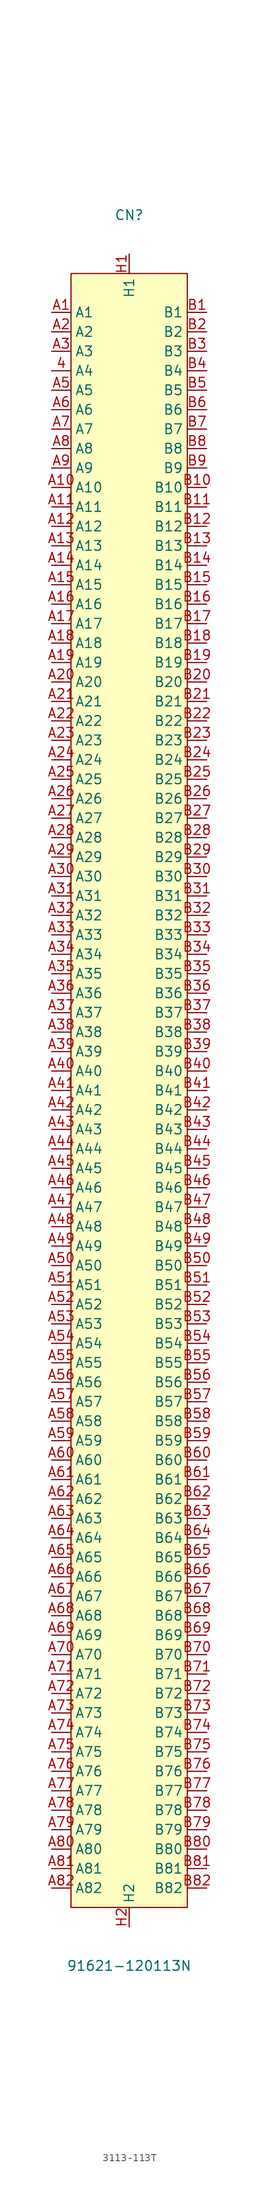
<source format=kicad_sym>
(kicad_symbol_lib
  (version 20231120)
  (generator "kicad_symbol_editor")
  (generator_version "8.0")
  (symbol "3113-113T"
    (property "Reference" "CN"
      (at 0 114.3 0)
      (effects (font (size 1.27 1.27))))
    (property "Value" "91621-120113N"
      (at 0 -114.3 0)
      (effects (font (size 1.27 1.27))))
    (symbol "3113-113T_0_1"
      (rectangle (start -7.62 106.68) (end 7.62 -106.68) (stroke (width 0) (type default)) (fill (type background)))
      (pin unspecified line (at -10.16 93.98 0) (length 2.54) (name "A4" (effects (font (size 1.27 1.27)))) (number "4" (effects (font (size 1.27 1.27)))))
      (pin unspecified line (at -10.16 101.6 0) (length 2.54) (name "A1" (effects (font (size 1.27 1.27)))) (number "A1" (effects (font (size 1.27 1.27)))))
      (pin unspecified line (at -10.16 78.74 0) (length 2.54) (name "A10" (effects (font (size 1.27 1.27)))) (number "A10" (effects (font (size 1.27 1.27)))))
      (pin unspecified line (at -10.16 76.2 0) (length 2.54) (name "A11" (effects (font (size 1.27 1.27)))) (number "A11" (effects (font (size 1.27 1.27)))))
      (pin unspecified line (at -10.16 73.66 0) (length 2.54) (name "A12" (effects (font (size 1.27 1.27)))) (number "A12" (effects (font (size 1.27 1.27)))))
      (pin unspecified line (at -10.16 71.12 0) (length 2.54) (name "A13" (effects (font (size 1.27 1.27)))) (number "A13" (effects (font (size 1.27 1.27)))))
      (pin unspecified line (at -10.16 68.58 0) (length 2.54) (name "A14" (effects (font (size 1.27 1.27)))) (number "A14" (effects (font (size 1.27 1.27)))))
      (pin unspecified line (at -10.16 66.04 0) (length 2.54) (name "A15" (effects (font (size 1.27 1.27)))) (number "A15" (effects (font (size 1.27 1.27)))))
      (pin unspecified line (at -10.16 63.5 0) (length 2.54) (name "A16" (effects (font (size 1.27 1.27)))) (number "A16" (effects (font (size 1.27 1.27)))))
      (pin unspecified line (at -10.16 60.96 0) (length 2.54) (name "A17" (effects (font (size 1.27 1.27)))) (number "A17" (effects (font (size 1.27 1.27)))))
      (pin unspecified line (at -10.16 58.42 0) (length 2.54) (name "A18" (effects (font (size 1.27 1.27)))) (number "A18" (effects (font (size 1.27 1.27)))))
      (pin unspecified line (at -10.16 55.88 0) (length 2.54) (name "A19" (effects (font (size 1.27 1.27)))) (number "A19" (effects (font (size 1.27 1.27)))))
      (pin unspecified line (at -10.16 99.06 0) (length 2.54) (name "A2" (effects (font (size 1.27 1.27)))) (number "A2" (effects (font (size 1.27 1.27)))))
      (pin unspecified line (at -10.16 53.34 0) (length 2.54) (name "A20" (effects (font (size 1.27 1.27)))) (number "A20" (effects (font (size 1.27 1.27)))))
      (pin unspecified line (at -10.16 50.8 0) (length 2.54) (name "A21" (effects (font (size 1.27 1.27)))) (number "A21" (effects (font (size 1.27 1.27)))))
      (pin unspecified line (at -10.16 48.26 0) (length 2.54) (name "A22" (effects (font (size 1.27 1.27)))) (number "A22" (effects (font (size 1.27 1.27)))))
      (pin unspecified line (at -10.16 45.72 0) (length 2.54) (name "A23" (effects (font (size 1.27 1.27)))) (number "A23" (effects (font (size 1.27 1.27)))))
      (pin unspecified line (at -10.16 43.18 0) (length 2.54) (name "A24" (effects (font (size 1.27 1.27)))) (number "A24" (effects (font (size 1.27 1.27)))))
      (pin unspecified line (at -10.16 40.64 0) (length 2.54) (name "A25" (effects (font (size 1.27 1.27)))) (number "A25" (effects (font (size 1.27 1.27)))))
      (pin unspecified line (at -10.16 38.1 0) (length 2.54) (name "A26" (effects (font (size 1.27 1.27)))) (number "A26" (effects (font (size 1.27 1.27)))))
      (pin unspecified line (at -10.16 35.56 0) (length 2.54) (name "A27" (effects (font (size 1.27 1.27)))) (number "A27" (effects (font (size 1.27 1.27)))))
      (pin unspecified line (at -10.16 33.02 0) (length 2.54) (name "A28" (effects (font (size 1.27 1.27)))) (number "A28" (effects (font (size 1.27 1.27)))))
      (pin unspecified line (at -10.16 30.48 0) (length 2.54) (name "A29" (effects (font (size 1.27 1.27)))) (number "A29" (effects (font (size 1.27 1.27)))))
      (pin unspecified line (at -10.16 96.52 0) (length 2.54) (name "A3" (effects (font (size 1.27 1.27)))) (number "A3" (effects (font (size 1.27 1.27)))))
      (pin unspecified line (at -10.16 27.94 0) (length 2.54) (name "A30" (effects (font (size 1.27 1.27)))) (number "A30" (effects (font (size 1.27 1.27)))))
      (pin unspecified line (at -10.16 25.4 0) (length 2.54) (name "A31" (effects (font (size 1.27 1.27)))) (number "A31" (effects (font (size 1.27 1.27)))))
      (pin unspecified line (at -10.16 22.86 0) (length 2.54) (name "A32" (effects (font (size 1.27 1.27)))) (number "A32" (effects (font (size 1.27 1.27)))))
      (pin unspecified line (at -10.16 20.32 0) (length 2.54) (name "A33" (effects (font (size 1.27 1.27)))) (number "A33" (effects (font (size 1.27 1.27)))))
      (pin unspecified line (at -10.16 17.78 0) (length 2.54) (name "A34" (effects (font (size 1.27 1.27)))) (number "A34" (effects (font (size 1.27 1.27)))))
      (pin unspecified line (at -10.16 15.24 0) (length 2.54) (name "A35" (effects (font (size 1.27 1.27)))) (number "A35" (effects (font (size 1.27 1.27)))))
      (pin unspecified line (at -10.16 12.7 0) (length 2.54) (name "A36" (effects (font (size 1.27 1.27)))) (number "A36" (effects (font (size 1.27 1.27)))))
      (pin unspecified line (at -10.16 10.16 0) (length 2.54) (name "A37" (effects (font (size 1.27 1.27)))) (number "A37" (effects (font (size 1.27 1.27)))))
      (pin unspecified line (at -10.16 7.62 0) (length 2.54) (name "A38" (effects (font (size 1.27 1.27)))) (number "A38" (effects (font (size 1.27 1.27)))))
      (pin unspecified line (at -10.16 5.08 0) (length 2.54) (name "A39" (effects (font (size 1.27 1.27)))) (number "A39" (effects (font (size 1.27 1.27)))))
      (pin unspecified line (at -10.16 2.54 0) (length 2.54) (name "A40" (effects (font (size 1.27 1.27)))) (number "A40" (effects (font (size 1.27 1.27)))))
      (pin unspecified line (at -10.16 0 0) (length 2.54) (name "A41" (effects (font (size 1.27 1.27)))) (number "A41" (effects (font (size 1.27 1.27)))))
      (pin unspecified line (at -10.16 -2.54 0) (length 2.54) (name "A42" (effects (font (size 1.27 1.27)))) (number "A42" (effects (font (size 1.27 1.27)))))
      (pin unspecified line (at -10.16 -5.08 0) (length 2.54) (name "A43" (effects (font (size 1.27 1.27)))) (number "A43" (effects (font (size 1.27 1.27)))))
      (pin unspecified line (at -10.16 -7.62 0) (length 2.54) (name "A44" (effects (font (size 1.27 1.27)))) (number "A44" (effects (font (size 1.27 1.27)))))
      (pin unspecified line (at -10.16 -10.16 0) (length 2.54) (name "A45" (effects (font (size 1.27 1.27)))) (number "A45" (effects (font (size 1.27 1.27)))))
      (pin unspecified line (at -10.16 -12.7 0) (length 2.54) (name "A46" (effects (font (size 1.27 1.27)))) (number "A46" (effects (font (size 1.27 1.27)))))
      (pin unspecified line (at -10.16 -15.24 0) (length 2.54) (name "A47" (effects (font (size 1.27 1.27)))) (number "A47" (effects (font (size 1.27 1.27)))))
      (pin unspecified line (at -10.16 -17.78 0) (length 2.54) (name "A48" (effects (font (size 1.27 1.27)))) (number "A48" (effects (font (size 1.27 1.27)))))
      (pin unspecified line (at -10.16 -20.32 0) (length 2.54) (name "A49" (effects (font (size 1.27 1.27)))) (number "A49" (effects (font (size 1.27 1.27)))))
      (pin unspecified line (at -10.16 91.44 0) (length 2.54) (name "A5" (effects (font (size 1.27 1.27)))) (number "A5" (effects (font (size 1.27 1.27)))))
      (pin unspecified line (at -10.16 -22.86 0) (length 2.54) (name "A50" (effects (font (size 1.27 1.27)))) (number "A50" (effects (font (size 1.27 1.27)))))
      (pin unspecified line (at -10.16 -25.4 0) (length 2.54) (name "A51" (effects (font (size 1.27 1.27)))) (number "A51" (effects (font (size 1.27 1.27)))))
      (pin unspecified line (at -10.16 -27.94 0) (length 2.54) (name "A52" (effects (font (size 1.27 1.27)))) (number "A52" (effects (font (size 1.27 1.27)))))
      (pin unspecified line (at -10.16 -30.48 0) (length 2.54) (name "A53" (effects (font (size 1.27 1.27)))) (number "A53" (effects (font (size 1.27 1.27)))))
      (pin unspecified line (at -10.16 -33.02 0) (length 2.54) (name "A54" (effects (font (size 1.27 1.27)))) (number "A54" (effects (font (size 1.27 1.27)))))
      (pin unspecified line (at -10.16 -35.56 0) (length 2.54) (name "A55" (effects (font (size 1.27 1.27)))) (number "A55" (effects (font (size 1.27 1.27)))))
      (pin unspecified line (at -10.16 -38.1 0) (length 2.54) (name "A56" (effects (font (size 1.27 1.27)))) (number "A56" (effects (font (size 1.27 1.27)))))
      (pin unspecified line (at -10.16 -40.64 0) (length 2.54) (name "A57" (effects (font (size 1.27 1.27)))) (number "A57" (effects (font (size 1.27 1.27)))))
      (pin unspecified line (at -10.16 -43.18 0) (length 2.54) (name "A58" (effects (font (size 1.27 1.27)))) (number "A58" (effects (font (size 1.27 1.27)))))
      (pin unspecified line (at -10.16 -45.72 0) (length 2.54) (name "A59" (effects (font (size 1.27 1.27)))) (number "A59" (effects (font (size 1.27 1.27)))))
      (pin unspecified line (at -10.16 88.9 0) (length 2.54) (name "A6" (effects (font (size 1.27 1.27)))) (number "A6" (effects (font (size 1.27 1.27)))))
      (pin unspecified line (at -10.16 -48.26 0) (length 2.54) (name "A60" (effects (font (size 1.27 1.27)))) (number "A60" (effects (font (size 1.27 1.27)))))
      (pin unspecified line (at -10.16 -50.8 0) (length 2.54) (name "A61" (effects (font (size 1.27 1.27)))) (number "A61" (effects (font (size 1.27 1.27)))))
      (pin unspecified line (at -10.16 -53.34 0) (length 2.54) (name "A62" (effects (font (size 1.27 1.27)))) (number "A62" (effects (font (size 1.27 1.27)))))
      (pin unspecified line (at -10.16 -55.88 0) (length 2.54) (name "A63" (effects (font (size 1.27 1.27)))) (number "A63" (effects (font (size 1.27 1.27)))))
      (pin unspecified line (at -10.16 -58.42 0) (length 2.54) (name "A64" (effects (font (size 1.27 1.27)))) (number "A64" (effects (font (size 1.27 1.27)))))
      (pin unspecified line (at -10.16 -60.96 0) (length 2.54) (name "A65" (effects (font (size 1.27 1.27)))) (number "A65" (effects (font (size 1.27 1.27)))))
      (pin unspecified line (at -10.16 -63.5 0) (length 2.54) (name "A66" (effects (font (size 1.27 1.27)))) (number "A66" (effects (font (size 1.27 1.27)))))
      (pin unspecified line (at -10.16 -66.04 0) (length 2.54) (name "A67" (effects (font (size 1.27 1.27)))) (number "A67" (effects (font (size 1.27 1.27)))))
      (pin unspecified line (at -10.16 -68.58 0) (length 2.54) (name "A68" (effects (font (size 1.27 1.27)))) (number "A68" (effects (font (size 1.27 1.27)))))
      (pin unspecified line (at -10.16 -71.12 0) (length 2.54) (name "A69" (effects (font (size 1.27 1.27)))) (number "A69" (effects (font (size 1.27 1.27)))))
      (pin unspecified line (at -10.16 86.36 0) (length 2.54) (name "A7" (effects (font (size 1.27 1.27)))) (number "A7" (effects (font (size 1.27 1.27)))))
      (pin unspecified line (at -10.16 -73.66 0) (length 2.54) (name "A70" (effects (font (size 1.27 1.27)))) (number "A70" (effects (font (size 1.27 1.27)))))
      (pin unspecified line (at -10.16 -76.2 0) (length 2.54) (name "A71" (effects (font (size 1.27 1.27)))) (number "A71" (effects (font (size 1.27 1.27)))))
      (pin unspecified line (at -10.16 -78.74 0) (length 2.54) (name "A72" (effects (font (size 1.27 1.27)))) (number "A72" (effects (font (size 1.27 1.27)))))
      (pin unspecified line (at -10.16 -81.28 0) (length 2.54) (name "A73" (effects (font (size 1.27 1.27)))) (number "A73" (effects (font (size 1.27 1.27)))))
      (pin unspecified line (at -10.16 -83.82 0) (length 2.54) (name "A74" (effects (font (size 1.27 1.27)))) (number "A74" (effects (font (size 1.27 1.27)))))
      (pin unspecified line (at -10.16 -86.36 0) (length 2.54) (name "A75" (effects (font (size 1.27 1.27)))) (number "A75" (effects (font (size 1.27 1.27)))))
      (pin unspecified line (at -10.16 -88.9 0) (length 2.54) (name "A76" (effects (font (size 1.27 1.27)))) (number "A76" (effects (font (size 1.27 1.27)))))
      (pin unspecified line (at -10.16 -91.44 0) (length 2.54) (name "A77" (effects (font (size 1.27 1.27)))) (number "A77" (effects (font (size 1.27 1.27)))))
      (pin unspecified line (at -10.16 -93.98 0) (length 2.54) (name "A78" (effects (font (size 1.27 1.27)))) (number "A78" (effects (font (size 1.27 1.27)))))
      (pin unspecified line (at -10.16 -96.52 0) (length 2.54) (name "A79" (effects (font (size 1.27 1.27)))) (number "A79" (effects (font (size 1.27 1.27)))))
      (pin unspecified line (at -10.16 83.82 0) (length 2.54) (name "A8" (effects (font (size 1.27 1.27)))) (number "A8" (effects (font (size 1.27 1.27)))))
      (pin unspecified line (at -10.16 -99.06 0) (length 2.54) (name "A80" (effects (font (size 1.27 1.27)))) (number "A80" (effects (font (size 1.27 1.27)))))
      (pin unspecified line (at -10.16 -101.6 0) (length 2.54) (name "A81" (effects (font (size 1.27 1.27)))) (number "A81" (effects (font (size 1.27 1.27)))))
      (pin unspecified line (at -10.16 -104.14 0) (length 2.54) (name "A82" (effects (font (size 1.27 1.27)))) (number "A82" (effects (font (size 1.27 1.27)))))
      (pin unspecified line (at -10.16 81.28 0) (length 2.54) (name "A9" (effects (font (size 1.27 1.27)))) (number "A9" (effects (font (size 1.27 1.27)))))
      (pin unspecified line (at 10.16 101.6 180) (length 2.54) (name "B1" (effects (font (size 1.27 1.27)))) (number "B1" (effects (font (size 1.27 1.27)))))
      (pin unspecified line (at 10.16 78.74 180) (length 2.54) (name "B10" (effects (font (size 1.27 1.27)))) (number "B10" (effects (font (size 1.27 1.27)))))
      (pin unspecified line (at 10.16 76.2 180) (length 2.54) (name "B11" (effects (font (size 1.27 1.27)))) (number "B11" (effects (font (size 1.27 1.27)))))
      (pin unspecified line (at 10.16 73.66 180) (length 2.54) (name "B12" (effects (font (size 1.27 1.27)))) (number "B12" (effects (font (size 1.27 1.27)))))
      (pin unspecified line (at 10.16 71.12 180) (length 2.54) (name "B13" (effects (font (size 1.27 1.27)))) (number "B13" (effects (font (size 1.27 1.27)))))
      (pin unspecified line (at 10.16 68.58 180) (length 2.54) (name "B14" (effects (font (size 1.27 1.27)))) (number "B14" (effects (font (size 1.27 1.27)))))
      (pin unspecified line (at 10.16 66.04 180) (length 2.54) (name "B15" (effects (font (size 1.27 1.27)))) (number "B15" (effects (font (size 1.27 1.27)))))
      (pin unspecified line (at 10.16 63.5 180) (length 2.54) (name "B16" (effects (font (size 1.27 1.27)))) (number "B16" (effects (font (size 1.27 1.27)))))
      (pin unspecified line (at 10.16 60.96 180) (length 2.54) (name "B17" (effects (font (size 1.27 1.27)))) (number "B17" (effects (font (size 1.27 1.27)))))
      (pin unspecified line (at 10.16 58.42 180) (length 2.54) (name "B18" (effects (font (size 1.27 1.27)))) (number "B18" (effects (font (size 1.27 1.27)))))
      (pin unspecified line (at 10.16 55.88 180) (length 2.54) (name "B19" (effects (font (size 1.27 1.27)))) (number "B19" (effects (font (size 1.27 1.27)))))
      (pin unspecified line (at 10.16 99.06 180) (length 2.54) (name "B2" (effects (font (size 1.27 1.27)))) (number "B2" (effects (font (size 1.27 1.27)))))
      (pin unspecified line (at 10.16 53.34 180) (length 2.54) (name "B20" (effects (font (size 1.27 1.27)))) (number "B20" (effects (font (size 1.27 1.27)))))
      (pin unspecified line (at 10.16 50.8 180) (length 2.54) (name "B21" (effects (font (size 1.27 1.27)))) (number "B21" (effects (font (size 1.27 1.27)))))
      (pin unspecified line (at 10.16 48.26 180) (length 2.54) (name "B22" (effects (font (size 1.27 1.27)))) (number "B22" (effects (font (size 1.27 1.27)))))
      (pin unspecified line (at 10.16 45.72 180) (length 2.54) (name "B23" (effects (font (size 1.27 1.27)))) (number "B23" (effects (font (size 1.27 1.27)))))
      (pin unspecified line (at 10.16 43.18 180) (length 2.54) (name "B24" (effects (font (size 1.27 1.27)))) (number "B24" (effects (font (size 1.27 1.27)))))
      (pin unspecified line (at 10.16 40.64 180) (length 2.54) (name "B25" (effects (font (size 1.27 1.27)))) (number "B25" (effects (font (size 1.27 1.27)))))
      (pin unspecified line (at 10.16 38.1 180) (length 2.54) (name "B26" (effects (font (size 1.27 1.27)))) (number "B26" (effects (font (size 1.27 1.27)))))
      (pin unspecified line (at 10.16 35.56 180) (length 2.54) (name "B27" (effects (font (size 1.27 1.27)))) (number "B27" (effects (font (size 1.27 1.27)))))
      (pin unspecified line (at 10.16 33.02 180) (length 2.54) (name "B28" (effects (font (size 1.27 1.27)))) (number "B28" (effects (font (size 1.27 1.27)))))
      (pin unspecified line (at 10.16 30.48 180) (length 2.54) (name "B29" (effects (font (size 1.27 1.27)))) (number "B29" (effects (font (size 1.27 1.27)))))
      (pin unspecified line (at 10.16 96.52 180) (length 2.54) (name "B3" (effects (font (size 1.27 1.27)))) (number "B3" (effects (font (size 1.27 1.27)))))
      (pin unspecified line (at 10.16 27.94 180) (length 2.54) (name "B30" (effects (font (size 1.27 1.27)))) (number "B30" (effects (font (size 1.27 1.27)))))
      (pin unspecified line (at 10.16 25.4 180) (length 2.54) (name "B31" (effects (font (size 1.27 1.27)))) (number "B31" (effects (font (size 1.27 1.27)))))
      (pin unspecified line (at 10.16 22.86 180) (length 2.54) (name "B32" (effects (font (size 1.27 1.27)))) (number "B32" (effects (font (size 1.27 1.27)))))
      (pin unspecified line (at 10.16 20.32 180) (length 2.54) (name "B33" (effects (font (size 1.27 1.27)))) (number "B33" (effects (font (size 1.27 1.27)))))
      (pin unspecified line (at 10.16 17.78 180) (length 2.54) (name "B34" (effects (font (size 1.27 1.27)))) (number "B34" (effects (font (size 1.27 1.27)))))
      (pin unspecified line (at 10.16 15.24 180) (length 2.54) (name "B35" (effects (font (size 1.27 1.27)))) (number "B35" (effects (font (size 1.27 1.27)))))
      (pin unspecified line (at 10.16 12.7 180) (length 2.54) (name "B36" (effects (font (size 1.27 1.27)))) (number "B36" (effects (font (size 1.27 1.27)))))
      (pin unspecified line (at 10.16 10.16 180) (length 2.54) (name "B37" (effects (font (size 1.27 1.27)))) (number "B37" (effects (font (size 1.27 1.27)))))
      (pin unspecified line (at 10.16 7.62 180) (length 2.54) (name "B38" (effects (font (size 1.27 1.27)))) (number "B38" (effects (font (size 1.27 1.27)))))
      (pin unspecified line (at 10.16 5.08 180) (length 2.54) (name "B39" (effects (font (size 1.27 1.27)))) (number "B39" (effects (font (size 1.27 1.27)))))
      (pin unspecified line (at 10.16 93.98 180) (length 2.54) (name "B4" (effects (font (size 1.27 1.27)))) (number "B4" (effects (font (size 1.27 1.27)))))
      (pin unspecified line (at 10.16 2.54 180) (length 2.54) (name "B40" (effects (font (size 1.27 1.27)))) (number "B40" (effects (font (size 1.27 1.27)))))
      (pin unspecified line (at 10.16 0 180) (length 2.54) (name "B41" (effects (font (size 1.27 1.27)))) (number "B41" (effects (font (size 1.27 1.27)))))
      (pin unspecified line (at 10.16 -2.54 180) (length 2.54) (name "B42" (effects (font (size 1.27 1.27)))) (number "B42" (effects (font (size 1.27 1.27)))))
      (pin unspecified line (at 10.16 -5.08 180) (length 2.54) (name "B43" (effects (font (size 1.27 1.27)))) (number "B43" (effects (font (size 1.27 1.27)))))
      (pin unspecified line (at 10.16 -7.62 180) (length 2.54) (name "B44" (effects (font (size 1.27 1.27)))) (number "B44" (effects (font (size 1.27 1.27)))))
      (pin unspecified line (at 10.16 -10.16 180) (length 2.54) (name "B45" (effects (font (size 1.27 1.27)))) (number "B45" (effects (font (size 1.27 1.27)))))
      (pin unspecified line (at 10.16 -12.7 180) (length 2.54) (name "B46" (effects (font (size 1.27 1.27)))) (number "B46" (effects (font (size 1.27 1.27)))))
      (pin unspecified line (at 10.16 -15.24 180) (length 2.54) (name "B47" (effects (font (size 1.27 1.27)))) (number "B47" (effects (font (size 1.27 1.27)))))
      (pin unspecified line (at 10.16 -17.78 180) (length 2.54) (name "B48" (effects (font (size 1.27 1.27)))) (number "B48" (effects (font (size 1.27 1.27)))))
      (pin unspecified line (at 10.16 -20.32 180) (length 2.54) (name "B49" (effects (font (size 1.27 1.27)))) (number "B49" (effects (font (size 1.27 1.27)))))
      (pin unspecified line (at 10.16 91.44 180) (length 2.54) (name "B5" (effects (font (size 1.27 1.27)))) (number "B5" (effects (font (size 1.27 1.27)))))
      (pin unspecified line (at 10.16 -22.86 180) (length 2.54) (name "B50" (effects (font (size 1.27 1.27)))) (number "B50" (effects (font (size 1.27 1.27)))))
      (pin unspecified line (at 10.16 -25.4 180) (length 2.54) (name "B51" (effects (font (size 1.27 1.27)))) (number "B51" (effects (font (size 1.27 1.27)))))
      (pin unspecified line (at 10.16 -27.94 180) (length 2.54) (name "B52" (effects (font (size 1.27 1.27)))) (number "B52" (effects (font (size 1.27 1.27)))))
      (pin unspecified line (at 10.16 -30.48 180) (length 2.54) (name "B53" (effects (font (size 1.27 1.27)))) (number "B53" (effects (font (size 1.27 1.27)))))
      (pin unspecified line (at 10.16 -33.02 180) (length 2.54) (name "B54" (effects (font (size 1.27 1.27)))) (number "B54" (effects (font (size 1.27 1.27)))))
      (pin unspecified line (at 10.16 -35.56 180) (length 2.54) (name "B55" (effects (font (size 1.27 1.27)))) (number "B55" (effects (font (size 1.27 1.27)))))
      (pin unspecified line (at 10.16 -38.1 180) (length 2.54) (name "B56" (effects (font (size 1.27 1.27)))) (number "B56" (effects (font (size 1.27 1.27)))))
      (pin unspecified line (at 10.16 -40.64 180) (length 2.54) (name "B57" (effects (font (size 1.27 1.27)))) (number "B57" (effects (font (size 1.27 1.27)))))
      (pin unspecified line (at 10.16 -43.18 180) (length 2.54) (name "B58" (effects (font (size 1.27 1.27)))) (number "B58" (effects (font (size 1.27 1.27)))))
      (pin unspecified line (at 10.16 -45.72 180) (length 2.54) (name "B59" (effects (font (size 1.27 1.27)))) (number "B59" (effects (font (size 1.27 1.27)))))
      (pin unspecified line (at 10.16 88.9 180) (length 2.54) (name "B6" (effects (font (size 1.27 1.27)))) (number "B6" (effects (font (size 1.27 1.27)))))
      (pin unspecified line (at 10.16 -48.26 180) (length 2.54) (name "B60" (effects (font (size 1.27 1.27)))) (number "B60" (effects (font (size 1.27 1.27)))))
      (pin unspecified line (at 10.16 -50.8 180) (length 2.54) (name "B61" (effects (font (size 1.27 1.27)))) (number "B61" (effects (font (size 1.27 1.27)))))
      (pin unspecified line (at 10.16 -53.34 180) (length 2.54) (name "B62" (effects (font (size 1.27 1.27)))) (number "B62" (effects (font (size 1.27 1.27)))))
      (pin unspecified line (at 10.16 -55.88 180) (length 2.54) (name "B63" (effects (font (size 1.27 1.27)))) (number "B63" (effects (font (size 1.27 1.27)))))
      (pin unspecified line (at 10.16 -58.42 180) (length 2.54) (name "B64" (effects (font (size 1.27 1.27)))) (number "B64" (effects (font (size 1.27 1.27)))))
      (pin unspecified line (at 10.16 -60.96 180) (length 2.54) (name "B65" (effects (font (size 1.27 1.27)))) (number "B65" (effects (font (size 1.27 1.27)))))
      (pin unspecified line (at 10.16 -63.5 180) (length 2.54) (name "B66" (effects (font (size 1.27 1.27)))) (number "B66" (effects (font (size 1.27 1.27)))))
      (pin unspecified line (at 10.16 -66.04 180) (length 2.54) (name "B67" (effects (font (size 1.27 1.27)))) (number "B67" (effects (font (size 1.27 1.27)))))
      (pin unspecified line (at 10.16 -68.58 180) (length 2.54) (name "B68" (effects (font (size 1.27 1.27)))) (number "B68" (effects (font (size 1.27 1.27)))))
      (pin unspecified line (at 10.16 -71.12 180) (length 2.54) (name "B69" (effects (font (size 1.27 1.27)))) (number "B69" (effects (font (size 1.27 1.27)))))
      (pin unspecified line (at 10.16 86.36 180) (length 2.54) (name "B7" (effects (font (size 1.27 1.27)))) (number "B7" (effects (font (size 1.27 1.27)))))
      (pin unspecified line (at 10.16 -73.66 180) (length 2.54) (name "B70" (effects (font (size 1.27 1.27)))) (number "B70" (effects (font (size 1.27 1.27)))))
      (pin unspecified line (at 10.16 -76.2 180) (length 2.54) (name "B71" (effects (font (size 1.27 1.27)))) (number "B71" (effects (font (size 1.27 1.27)))))
      (pin unspecified line (at 10.16 -78.74 180) (length 2.54) (name "B72" (effects (font (size 1.27 1.27)))) (number "B72" (effects (font (size 1.27 1.27)))))
      (pin unspecified line (at 10.16 -81.28 180) (length 2.54) (name "B73" (effects (font (size 1.27 1.27)))) (number "B73" (effects (font (size 1.27 1.27)))))
      (pin unspecified line (at 10.16 -83.82 180) (length 2.54) (name "B74" (effects (font (size 1.27 1.27)))) (number "B74" (effects (font (size 1.27 1.27)))))
      (pin unspecified line (at 10.16 -86.36 180) (length 2.54) (name "B75" (effects (font (size 1.27 1.27)))) (number "B75" (effects (font (size 1.27 1.27)))))
      (pin unspecified line (at 10.16 -88.9 180) (length 2.54) (name "B76" (effects (font (size 1.27 1.27)))) (number "B76" (effects (font (size 1.27 1.27)))))
      (pin unspecified line (at 10.16 -91.44 180) (length 2.54) (name "B77" (effects (font (size 1.27 1.27)))) (number "B77" (effects (font (size 1.27 1.27)))))
      (pin unspecified line (at 10.16 -93.98 180) (length 2.54) (name "B78" (effects (font (size 1.27 1.27)))) (number "B78" (effects (font (size 1.27 1.27)))))
      (pin unspecified line (at 10.16 -96.52 180) (length 2.54) (name "B79" (effects (font (size 1.27 1.27)))) (number "B79" (effects (font (size 1.27 1.27)))))
      (pin unspecified line (at 10.16 83.82 180) (length 2.54) (name "B8" (effects (font (size 1.27 1.27)))) (number "B8" (effects (font (size 1.27 1.27)))))
      (pin unspecified line (at 10.16 -99.06 180) (length 2.54) (name "B80" (effects (font (size 1.27 1.27)))) (number "B80" (effects (font (size 1.27 1.27)))))
      (pin unspecified line (at 10.16 -101.6 180) (length 2.54) (name "B81" (effects (font (size 1.27 1.27)))) (number "B81" (effects (font (size 1.27 1.27)))))
      (pin unspecified line (at 10.16 -104.14 180) (length 2.54) (name "B82" (effects (font (size 1.27 1.27)))) (number "B82" (effects (font (size 1.27 1.27)))))
      (pin unspecified line (at 10.16 81.28 180) (length 2.54) (name "B9" (effects (font (size 1.27 1.27)))) (number "B9" (effects (font (size 1.27 1.27))))))
    (symbol "3113-113T_1_1"
      (pin unspecified line (at 0 109.22 270) (length 2.54) (name "H1" (effects (font (size 1.27 1.27)))) (number "H1" (effects (font (size 1.27 1.27)))))
      (pin unspecified line (at 0 -109.22 90) (length 2.54) (name "H2" (effects (font (size 1.27 1.27)))) (number "H2" (effects (font (size 1.27 1.27))))))))
</source>
